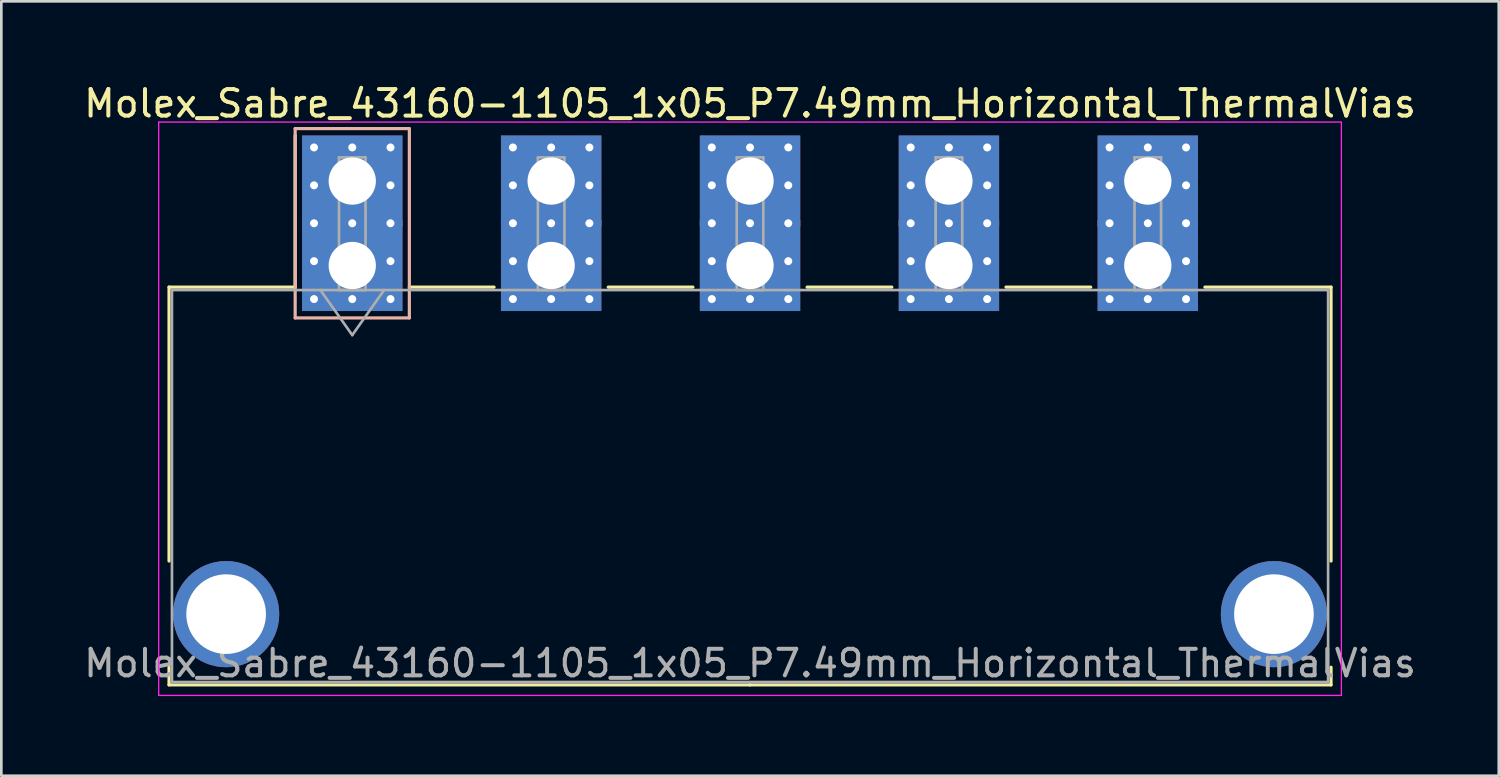
<source format=kicad_pcb>
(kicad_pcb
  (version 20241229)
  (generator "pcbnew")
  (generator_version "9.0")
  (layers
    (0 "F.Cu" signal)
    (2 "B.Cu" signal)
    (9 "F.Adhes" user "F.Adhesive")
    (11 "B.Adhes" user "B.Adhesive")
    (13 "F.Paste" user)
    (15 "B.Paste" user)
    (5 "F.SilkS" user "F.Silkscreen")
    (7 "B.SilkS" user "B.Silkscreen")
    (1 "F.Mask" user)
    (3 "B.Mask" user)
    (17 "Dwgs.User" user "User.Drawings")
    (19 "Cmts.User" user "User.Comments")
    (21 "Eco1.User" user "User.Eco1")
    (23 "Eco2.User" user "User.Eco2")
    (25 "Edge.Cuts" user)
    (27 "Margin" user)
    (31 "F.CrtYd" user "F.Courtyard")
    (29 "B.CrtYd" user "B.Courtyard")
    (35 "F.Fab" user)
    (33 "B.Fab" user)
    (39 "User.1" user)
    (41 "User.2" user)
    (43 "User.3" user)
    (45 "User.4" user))
  (footprint "Molex_Sabre_43160-1105_1x05_P7.49mm_Horizontal_ThermalVias"
    (layer "F.Cu")
    (at 10.216 6.948)
    (property "Reference" "Molex_Sabre_43160-1105_1x05_P7.49mm_Horizontal_ThermalVias" (at 14.98 -6.1 0) (layer "F.SilkS") (effects (font (size 1 1) (thickness 0.15))))
    (attr through_hole)
    (fp_line (start -6.9 0.815) (end -6.9 11.13) (stroke (width 0.12) (type solid)) (layer "F.SilkS"))
    (fp_line (start -6.9 15.13) (end -6.9 15.795) (stroke (width 0.12) (type solid)) (layer "F.SilkS"))
    (fp_line (start -6.9 15.795) (end 14.98 15.795) (stroke (width 0.12) (type solid)) (layer "F.SilkS"))
    (fp_line (start -2.15 0.815) (end -6.9 0.815) (stroke (width 0.12) (type solid)) (layer "F.SilkS"))
    (fp_line (start -2.15 0.815) (end -2.15 -4.895) (stroke (width 0.12) (type solid)) (layer "F.SilkS"))
    (fp_line (start 2.15 0.815) (end 5.34 0.815) (stroke (width 0.12) (type solid)) (layer "F.SilkS"))
    (fp_line (start 9.64 0.815) (end 12.83 0.815) (stroke (width 0.12) (type solid)) (layer "F.SilkS"))
    (fp_line (start 17.13 0.815) (end 20.32 0.815) (stroke (width 0.12) (type solid)) (layer "F.SilkS"))
    (fp_line (start 24.62 0.815) (end 27.81 0.815) (stroke (width 0.12) (type solid)) (layer "F.SilkS"))
    (fp_line (start 32.11 0.815) (end 36.86 0.815) (stroke (width 0.12) (type solid)) (layer "F.SilkS"))
    (fp_line (start 36.86 0.815) (end 36.86 11.13) (stroke (width 0.12) (type solid)) (layer "F.SilkS"))
    (fp_line (start 36.86 15.13) (end 36.86 15.795) (stroke (width 0.12) (type solid)) (layer "F.SilkS"))
    (fp_line (start 36.86 15.795) (end 14.98 15.795) (stroke (width 0.12) (type solid)) (layer "F.SilkS"))
    (fp_line (start -2.15 -5.155) (end -2.15 1.975) (stroke (width 0.12) (type solid)) (layer "B.SilkS"))
    (fp_line (start -2.15 1.975) (end 2.15 1.975) (stroke (width 0.12) (type solid)) (layer "B.SilkS"))
    (fp_line (start 2.15 -5.155) (end -2.15 -5.155) (stroke (width 0.12) (type solid)) (layer "B.SilkS"))
    (fp_line (start 2.15 1.975) (end 2.15 -5.155) (stroke (width 0.12) (type solid)) (layer "B.SilkS"))
    (fp_line (start -7.29 -5.4) (end -7.29 16.19) (stroke (width 0.05) (type solid)) (layer "F.CrtYd"))
    (fp_line (start -7.29 16.19) (end 37.25 16.19) (stroke (width 0.05) (type solid)) (layer "F.CrtYd"))
    (fp_line (start 37.25 -5.4) (end -7.29 -5.4) (stroke (width 0.05) (type solid)) (layer "F.CrtYd"))
    (fp_line (start 37.25 16.19) (end 37.25 -5.4) (stroke (width 0.05) (type solid)) (layer "F.CrtYd"))
    (fp_line (start -6.79 0.925) (end -6.79 15.685) (stroke (width 0.1) (type solid)) (layer "F.Fab"))
    (fp_line (start -6.79 15.685) (end 36.75 15.685) (stroke (width 0.1) (type solid)) (layer "F.Fab"))
    (fp_line (start -1.2 0.925) (end 0 2.622) (stroke (width 0.1) (type solid)) (layer "F.Fab"))
    (fp_line (start -0.5 -4.07) (end 0.5 -4.07) (stroke (width 0.1) (type solid)) (layer "F.Fab"))
    (fp_line (start -0.5 0.925) (end -0.5 -4.07) (stroke (width 0.1) (type solid)) (layer "F.Fab"))
    (fp_line (start 0 2.622) (end 1.2 0.925) (stroke (width 0.1) (type solid)) (layer "F.Fab"))
    (fp_line (start 0.5 -4.07) (end 0.5 0.925) (stroke (width 0.1) (type solid)) (layer "F.Fab"))
    (fp_line (start 0.5 0.925) (end -0.5 0.925) (stroke (width 0.1) (type solid)) (layer "F.Fab"))
    (fp_line (start 6.99 -4.07) (end 7.99 -4.07) (stroke (width 0.1) (type solid)) (layer "F.Fab"))
    (fp_line (start 6.99 0.925) (end 6.99 -4.07) (stroke (width 0.1) (type solid)) (layer "F.Fab"))
    (fp_line (start 7.99 -4.07) (end 7.99 0.925) (stroke (width 0.1) (type solid)) (layer "F.Fab"))
    (fp_line (start 7.99 0.925) (end 6.99 0.925) (stroke (width 0.1) (type solid)) (layer "F.Fab"))
    (fp_line (start 14.48 -4.07) (end 15.48 -4.07) (stroke (width 0.1) (type solid)) (layer "F.Fab"))
    (fp_line (start 14.48 0.925) (end 14.48 -4.07) (stroke (width 0.1) (type solid)) (layer "F.Fab"))
    (fp_line (start 15.48 -4.07) (end 15.48 0.925) (stroke (width 0.1) (type solid)) (layer "F.Fab"))
    (fp_line (start 15.48 0.925) (end 14.48 0.925) (stroke (width 0.1) (type solid)) (layer "F.Fab"))
    (fp_line (start 21.97 -4.07) (end 22.97 -4.07) (stroke (width 0.1) (type solid)) (layer "F.Fab"))
    (fp_line (start 21.97 0.925) (end 21.97 -4.07) (stroke (width 0.1) (type solid)) (layer "F.Fab"))
    (fp_line (start 22.97 -4.07) (end 22.97 0.925) (stroke (width 0.1) (type solid)) (layer "F.Fab"))
    (fp_line (start 22.97 0.925) (end 21.97 0.925) (stroke (width 0.1) (type solid)) (layer "F.Fab"))
    (fp_line (start 29.46 -4.07) (end 30.46 -4.07) (stroke (width 0.1) (type solid)) (layer "F.Fab"))
    (fp_line (start 29.46 0.925) (end 29.46 -4.07) (stroke (width 0.1) (type solid)) (layer "F.Fab"))
    (fp_line (start 30.46 -4.07) (end 30.46 0.925) (stroke (width 0.1) (type solid)) (layer "F.Fab"))
    (fp_line (start 30.46 0.925) (end 29.46 0.925) (stroke (width 0.1) (type solid)) (layer "F.Fab"))
    (fp_line (start 36.75 0.925) (end -6.79 0.925) (stroke (width 0.1) (type solid)) (layer "F.Fab"))
    (fp_line (start 36.75 15.685) (end 36.75 0.925) (stroke (width 0.1) (type solid)) (layer "F.Fab"))
    (fp_text user "${REFERENCE}" (at 14.98 14.98 0) (layer "F.Fab") (effects (font (size 1 1) (thickness 0.15))))
    (pad "" thru_hole circle (at -4.75 13.13) (size 4 4) (drill 3) (layers "*.Cu" "*.Mask"))
    (pad "" thru_hole circle (at 34.71 13.13) (size 4 4) (drill 3) (layers "*.Cu" "*.Mask"))
    (pad "1" thru_hole rect (at -1.44 -4.445) (size 0.6 0.6) (drill 0.3) (layers "*.Cu" "*.Mask"))
    (pad "1" thru_hole rect (at -1.44 -3.018) (size 0.6 0.6) (drill 0.3) (layers "*.Cu" "*.Mask"))
    (pad "1" thru_hole rect (at -1.44 -1.59) (size 0.6 0.6) (drill 0.3) (layers "*.Cu" "*.Mask"))
    (pad "1" thru_hole rect (at -1.44 -0.163) (size 0.6 0.6) (drill 0.3) (layers "*.Cu" "*.Mask"))
    (pad "1" thru_hole rect (at -1.44 1.265) (size 0.6 0.6) (drill 0.3) (layers "*.Cu" "*.Mask"))
    (pad "1" thru_hole rect (at 0 -4.445) (size 0.6 0.6) (drill 0.3) (layers "*.Cu" "*.Mask"))
    (pad "1" thru_hole rect (at 0 -3.18) (size 3.78 3.43) (drill 1.78) (layers "*.Cu" "*.Mask"))
    (pad "1" thru_hole rect (at 0 -1.59) (size 0.6 0.6) (drill 0.3) (layers "*.Cu" "*.Mask"))
    (pad "1" thru_hole rect (at 0 0) (size 3.78 3.43) (drill 1.78) (layers "*.Cu" "*.Mask"))
    (pad "1" thru_hole rect (at 0 1.265) (size 0.6 0.6) (drill 0.3) (layers "*.Cu" "*.Mask"))
    (pad "1" thru_hole rect (at 1.44 -4.445) (size 0.6 0.6) (drill 0.3) (layers "*.Cu" "*.Mask"))
    (pad "1" thru_hole rect (at 1.44 -3.018) (size 0.6 0.6) (drill 0.3) (layers "*.Cu" "*.Mask"))
    (pad "1" thru_hole rect (at 1.44 -1.59) (size 0.6 0.6) (drill 0.3) (layers "*.Cu" "*.Mask"))
    (pad "1" thru_hole rect (at 1.44 -0.163) (size 0.6 0.6) (drill 0.3) (layers "*.Cu" "*.Mask"))
    (pad "1" thru_hole rect (at 1.44 1.265) (size 0.6 0.6) (drill 0.3) (layers "*.Cu" "*.Mask"))
    (pad "2" thru_hole circle (at 6.05 -4.445) (size 0.6 0.6) (drill 0.3) (layers "*.Cu" "*.Mask"))
    (pad "2" thru_hole circle (at 6.05 -3.018) (size 0.6 0.6) (drill 0.3) (layers "*.Cu" "*.Mask"))
    (pad "2" thru_hole circle (at 6.05 -1.59) (size 0.6 0.6) (drill 0.3) (layers "*.Cu" "*.Mask"))
    (pad "2" thru_hole circle (at 6.05 -0.163) (size 0.6 0.6) (drill 0.3) (layers "*.Cu" "*.Mask"))
    (pad "2" thru_hole circle (at 6.05 1.265) (size 0.6 0.6) (drill 0.3) (layers "*.Cu" "*.Mask"))
    (pad "2" thru_hole circle (at 7.49 -4.445) (size 0.6 0.6) (drill 0.3) (layers "*.Cu" "*.Mask"))
    (pad "2" thru_hole rect (at 7.49 -3.18) (size 3.78 3.43) (drill 1.78) (layers "*.Cu" "*.Mask"))
    (pad "2" thru_hole circle (at 7.49 -1.59) (size 0.6 0.6) (drill 0.3) (layers "*.Cu" "*.Mask"))
    (pad "2" thru_hole rect (at 7.49 0) (size 3.78 3.43) (drill 1.78) (layers "*.Cu" "*.Mask"))
    (pad "2" thru_hole circle (at 7.49 1.265) (size 0.6 0.6) (drill 0.3) (layers "*.Cu" "*.Mask"))
    (pad "2" thru_hole circle (at 8.93 -4.445) (size 0.6 0.6) (drill 0.3) (layers "*.Cu" "*.Mask"))
    (pad "2" thru_hole circle (at 8.93 -3.018) (size 0.6 0.6) (drill 0.3) (layers "*.Cu" "*.Mask"))
    (pad "2" thru_hole circle (at 8.93 -1.59) (size 0.6 0.6) (drill 0.3) (layers "*.Cu" "*.Mask"))
    (pad "2" thru_hole circle (at 8.93 -0.163) (size 0.6 0.6) (drill 0.3) (layers "*.Cu" "*.Mask"))
    (pad "2" thru_hole circle (at 8.93 1.265) (size 0.6 0.6) (drill 0.3) (layers "*.Cu" "*.Mask"))
    (pad "3" thru_hole circle (at 13.54 -4.445) (size 0.6 0.6) (drill 0.3) (layers "*.Cu" "*.Mask"))
    (pad "3" thru_hole circle (at 13.54 -3.018) (size 0.6 0.6) (drill 0.3) (layers "*.Cu" "*.Mask"))
    (pad "3" thru_hole circle (at 13.54 -1.59) (size 0.6 0.6) (drill 0.3) (layers "*.Cu" "*.Mask"))
    (pad "3" thru_hole circle (at 13.54 -0.163) (size 0.6 0.6) (drill 0.3) (layers "*.Cu" "*.Mask"))
    (pad "3" thru_hole circle (at 13.54 1.265) (size 0.6 0.6) (drill 0.3) (layers "*.Cu" "*.Mask"))
    (pad "3" thru_hole circle (at 14.98 -4.445) (size 0.6 0.6) (drill 0.3) (layers "*.Cu" "*.Mask"))
    (pad "3" thru_hole rect (at 14.98 -3.18) (size 3.78 3.43) (drill 1.78) (layers "*.Cu" "*.Mask"))
    (pad "3" thru_hole circle (at 14.98 -1.59) (size 0.6 0.6) (drill 0.3) (layers "*.Cu" "*.Mask"))
    (pad "3" thru_hole rect (at 14.98 0) (size 3.78 3.43) (drill 1.78) (layers "*.Cu" "*.Mask"))
    (pad "3" thru_hole circle (at 14.98 1.265) (size 0.6 0.6) (drill 0.3) (layers "*.Cu" "*.Mask"))
    (pad "3" thru_hole circle (at 16.42 -4.445) (size 0.6 0.6) (drill 0.3) (layers "*.Cu" "*.Mask"))
    (pad "3" thru_hole circle (at 16.42 -3.018) (size 0.6 0.6) (drill 0.3) (layers "*.Cu" "*.Mask"))
    (pad "3" thru_hole circle (at 16.42 -1.59) (size 0.6 0.6) (drill 0.3) (layers "*.Cu" "*.Mask"))
    (pad "3" thru_hole circle (at 16.42 -0.163) (size 0.6 0.6) (drill 0.3) (layers "*.Cu" "*.Mask"))
    (pad "3" thru_hole circle (at 16.42 1.265) (size 0.6 0.6) (drill 0.3) (layers "*.Cu" "*.Mask"))
    (pad "4" thru_hole circle (at 21.03 -4.445) (size 0.6 0.6) (drill 0.3) (layers "*.Cu" "*.Mask"))
    (pad "4" thru_hole circle (at 21.03 -3.018) (size 0.6 0.6) (drill 0.3) (layers "*.Cu" "*.Mask"))
    (pad "4" thru_hole circle (at 21.03 -1.59) (size 0.6 0.6) (drill 0.3) (layers "*.Cu" "*.Mask"))
    (pad "4" thru_hole circle (at 21.03 -0.163) (size 0.6 0.6) (drill 0.3) (layers "*.Cu" "*.Mask"))
    (pad "4" thru_hole circle (at 21.03 1.265) (size 0.6 0.6) (drill 0.3) (layers "*.Cu" "*.Mask"))
    (pad "4" thru_hole circle (at 22.47 -4.445) (size 0.6 0.6) (drill 0.3) (layers "*.Cu" "*.Mask"))
    (pad "4" thru_hole rect (at 22.47 -3.18) (size 3.78 3.43) (drill 1.78) (layers "*.Cu" "*.Mask"))
    (pad "4" thru_hole circle (at 22.47 -1.59) (size 0.6 0.6) (drill 0.3) (layers "*.Cu" "*.Mask"))
    (pad "4" thru_hole rect (at 22.47 0) (size 3.78 3.43) (drill 1.78) (layers "*.Cu" "*.Mask"))
    (pad "4" thru_hole circle (at 22.47 1.265) (size 0.6 0.6) (drill 0.3) (layers "*.Cu" "*.Mask"))
    (pad "4" thru_hole circle (at 23.91 -4.445) (size 0.6 0.6) (drill 0.3) (layers "*.Cu" "*.Mask"))
    (pad "4" thru_hole circle (at 23.91 -3.018) (size 0.6 0.6) (drill 0.3) (layers "*.Cu" "*.Mask"))
    (pad "4" thru_hole circle (at 23.91 -1.59) (size 0.6 0.6) (drill 0.3) (layers "*.Cu" "*.Mask"))
    (pad "4" thru_hole circle (at 23.91 -0.163) (size 0.6 0.6) (drill 0.3) (layers "*.Cu" "*.Mask"))
    (pad "4" thru_hole circle (at 23.91 1.265) (size 0.6 0.6) (drill 0.3) (layers "*.Cu" "*.Mask"))
    (pad "5" thru_hole circle (at 28.52 -4.445) (size 0.6 0.6) (drill 0.3) (layers "*.Cu" "*.Mask"))
    (pad "5" thru_hole circle (at 28.52 -3.018) (size 0.6 0.6) (drill 0.3) (layers "*.Cu" "*.Mask"))
    (pad "5" thru_hole circle (at 28.52 -1.59) (size 0.6 0.6) (drill 0.3) (layers "*.Cu" "*.Mask"))
    (pad "5" thru_hole circle (at 28.52 -0.163) (size 0.6 0.6) (drill 0.3) (layers "*.Cu" "*.Mask"))
    (pad "5" thru_hole circle (at 28.52 1.265) (size 0.6 0.6) (drill 0.3) (layers "*.Cu" "*.Mask"))
    (pad "5" thru_hole circle (at 29.96 -4.445) (size 0.6 0.6) (drill 0.3) (layers "*.Cu" "*.Mask"))
    (pad "5" thru_hole rect (at 29.96 -3.18) (size 3.78 3.43) (drill 1.78) (layers "*.Cu" "*.Mask"))
    (pad "5" thru_hole circle (at 29.96 -1.59) (size 0.6 0.6) (drill 0.3) (layers "*.Cu" "*.Mask"))
    (pad "5" thru_hole rect (at 29.96 0) (size 3.78 3.43) (drill 1.78) (layers "*.Cu" "*.Mask"))
    (pad "5" thru_hole circle (at 29.96 1.265) (size 0.6 0.6) (drill 0.3) (layers "*.Cu" "*.Mask"))
    (pad "5" thru_hole circle (at 31.4 -4.445) (size 0.6 0.6) (drill 0.3) (layers "*.Cu" "*.Mask"))
    (pad "5" thru_hole circle (at 31.4 -3.018) (size 0.6 0.6) (drill 0.3) (layers "*.Cu" "*.Mask"))
    (pad "5" thru_hole circle (at 31.4 -1.59) (size 0.6 0.6) (drill 0.3) (layers "*.Cu" "*.Mask"))
    (pad "5" thru_hole circle (at 31.4 -0.163) (size 0.6 0.6) (drill 0.3) (layers "*.Cu" "*.Mask"))
    (pad "5" thru_hole circle (at 31.4 1.265) (size 0.6 0.6) (drill 0.3) (layers "*.Cu" "*.Mask")))
  (gr_rect
    (start -3 -3)
    (end 53.393 26.163)
    (stroke (width 0.1) (type default))
    (fill no)
    (layer "Edge.Cuts")))
</source>
